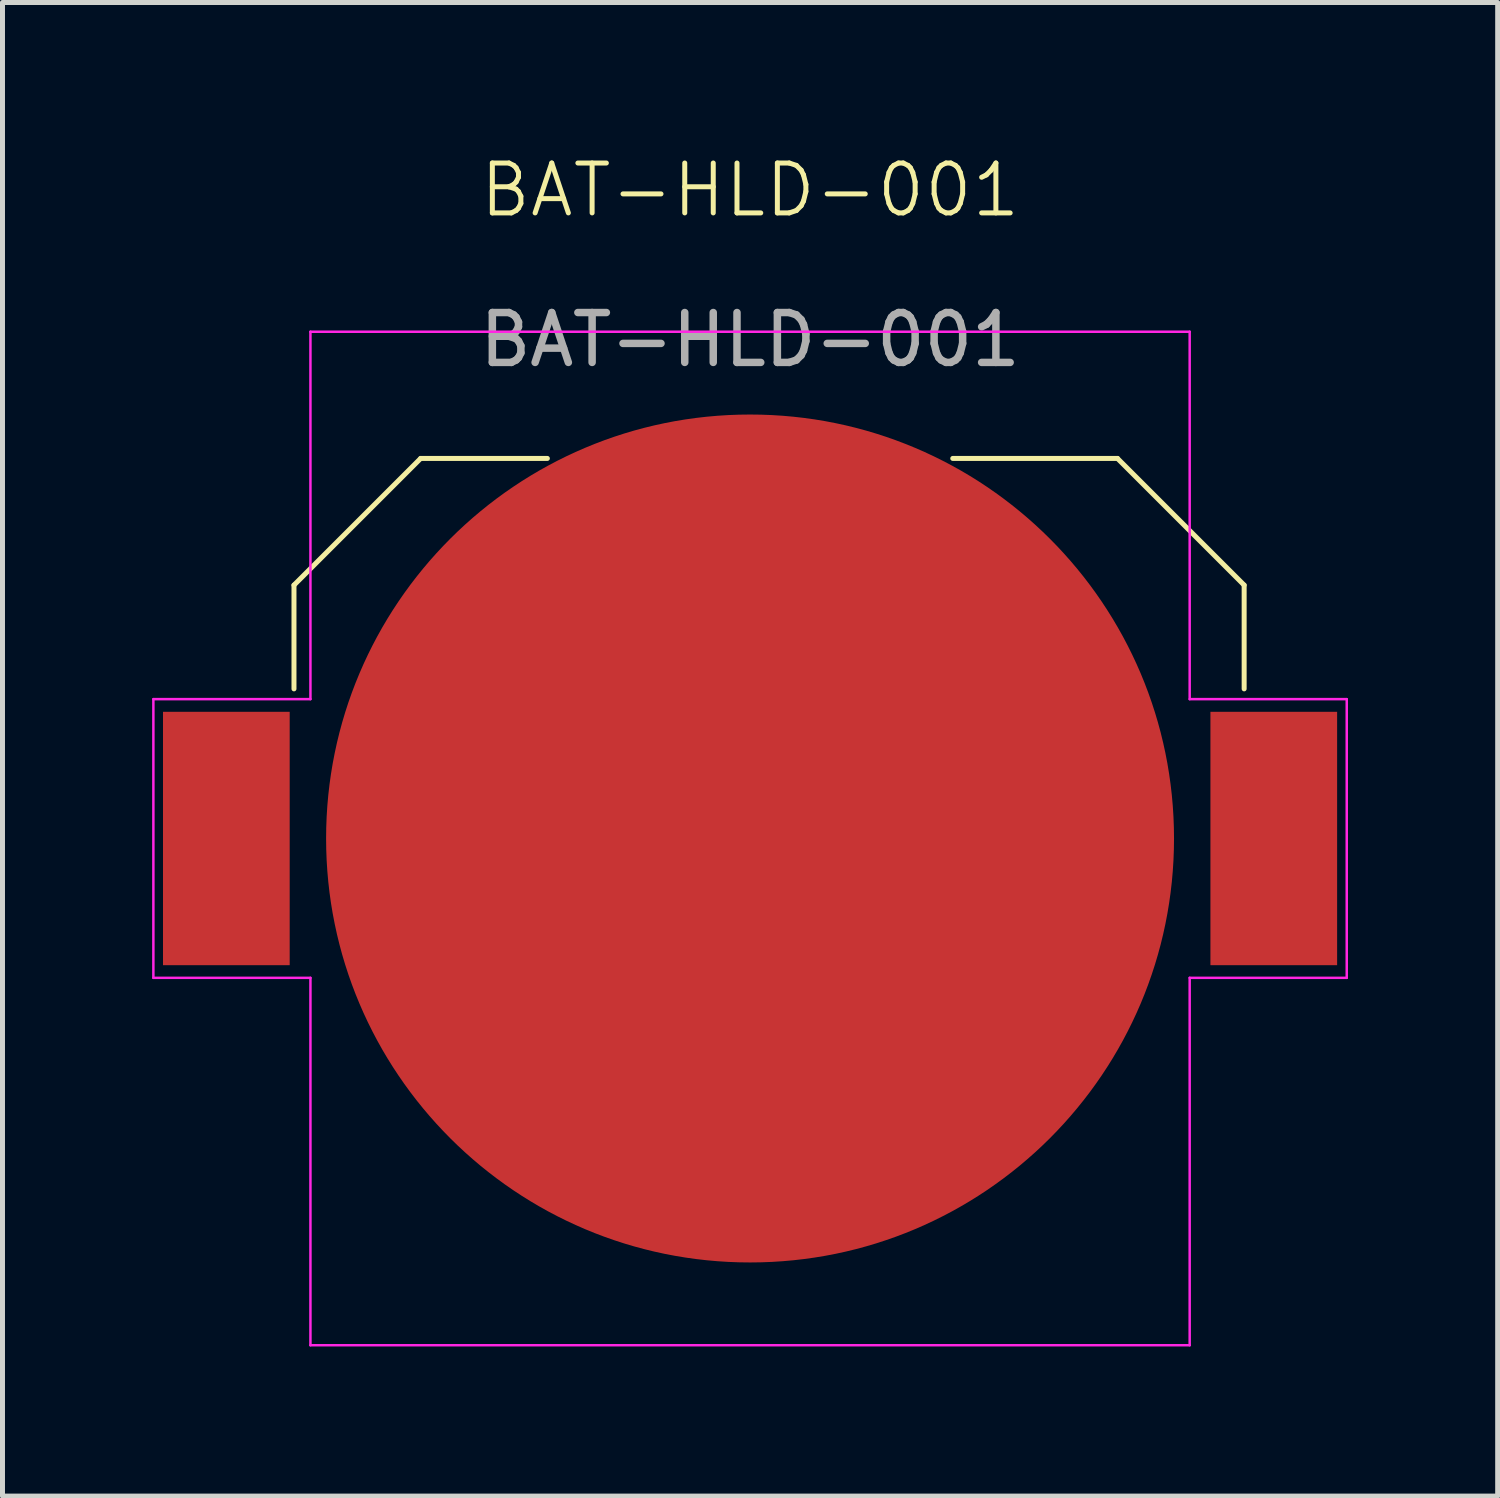
<source format=kicad_pcb>
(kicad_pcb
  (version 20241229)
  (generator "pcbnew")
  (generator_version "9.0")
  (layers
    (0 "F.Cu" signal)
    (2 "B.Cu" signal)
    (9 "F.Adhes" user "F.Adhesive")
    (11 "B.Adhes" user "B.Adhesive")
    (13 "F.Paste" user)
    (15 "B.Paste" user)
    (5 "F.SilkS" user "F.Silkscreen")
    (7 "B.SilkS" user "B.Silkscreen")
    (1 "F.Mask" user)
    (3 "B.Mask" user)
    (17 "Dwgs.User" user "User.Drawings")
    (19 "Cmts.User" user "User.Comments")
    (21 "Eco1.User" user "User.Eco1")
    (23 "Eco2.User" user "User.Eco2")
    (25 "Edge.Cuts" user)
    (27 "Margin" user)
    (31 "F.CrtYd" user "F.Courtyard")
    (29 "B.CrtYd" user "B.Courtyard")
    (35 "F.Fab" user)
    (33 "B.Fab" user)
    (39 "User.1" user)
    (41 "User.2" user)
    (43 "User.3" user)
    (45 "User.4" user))
  (footprint "BAT-HLD-001"
    (layer "F.Cu")
    (at 11.988 13.761)
    (property "Reference" "BAT-HLD-001" (at 0 -13 0) (unlocked yes) (layer "F.SilkS") (effects (font (size 1 1) (thickness 0.1))))
    (attr smd)
    (fp_line (start -9.144 -5.08) (end -6.604 -7.62) (stroke (width 0.1) (type default)) (layer "F.SilkS"))
    (fp_line (start -9.144 -3) (end -9.144 -5.08) (stroke (width 0.1) (type default)) (layer "F.SilkS"))
    (fp_line (start -6.604 -7.62) (end -4.064 -7.62) (stroke (width 0.1) (type default)) (layer "F.SilkS"))
    (fp_line (start 7.366 -7.62) (end 4.064 -7.62) (stroke (width 0.1) (type default)) (layer "F.SilkS"))
    (fp_line (start 9.906 -5.08) (end 7.366 -7.62) (stroke (width 0.1) (type default)) (layer "F.SilkS"))
    (fp_line (start 9.906 -3) (end 9.906 -5.08) (stroke (width 0.1) (type default)) (layer "F.SilkS"))
    (fp_line (start -11.963 -2.794) (end -11.963 2.794) (stroke (width 0.05) (type default)) (layer "F.CrtYd"))
    (fp_line (start -11.963 -2.794) (end -8.814 -2.794) (stroke (width 0.05) (type default)) (layer "F.CrtYd"))
    (fp_line (start -11.963 2.794) (end -8.814 2.794) (stroke (width 0.05) (type default)) (layer "F.CrtYd"))
    (fp_line (start -8.814 -2.794) (end -8.814 -10.16) (stroke (width 0.05) (type default)) (layer "F.CrtYd"))
    (fp_line (start -8.814 2.794) (end -8.814 10.16) (stroke (width 0.05) (type default)) (layer "F.CrtYd"))
    (fp_line (start -8.814 10.16) (end 8.814 10.16) (stroke (width 0.05) (type default)) (layer "F.CrtYd"))
    (fp_line (start 8.814 -10.16) (end -8.814 -10.16) (stroke (width 0.05) (type default)) (layer "F.CrtYd"))
    (fp_line (start 8.814 -2.794) (end 8.814 -10.16) (stroke (width 0.05) (type default)) (layer "F.CrtYd"))
    (fp_line (start 8.814 -2.794) (end 11.963 -2.794) (stroke (width 0.05) (type default)) (layer "F.CrtYd"))
    (fp_line (start 8.814 2.794) (end 8.814 10.16) (stroke (width 0.05) (type default)) (layer "F.CrtYd"))
    (fp_line (start 11.963 -2.794) (end 11.963 2.794) (stroke (width 0.05) (type default)) (layer "F.CrtYd"))
    (fp_line (start 11.963 2.794) (end 8.814 2.794) (stroke (width 0.05) (type default)) (layer "F.CrtYd"))
    (fp_text user "${REFERENCE}" (at 0 -10 0) (unlocked yes) (layer "F.Fab") (effects (font (size 1 1) (thickness 0.15))))
    (pad "1" smd rect (at -10.5 0) (size 2.54 5.08) (layers "F.Cu" "F.Mask" "F.Paste"))
    (pad "1" smd rect (at 10.5 0) (size 2.54 5.08) (layers "F.Cu" "F.Mask" "F.Paste"))
    (pad "2" smd circle (at 0 0) (size 17 17) (layers "F.Cu" "F.Mask" "F.Paste")))
  (gr_rect
    (start -3 -3)
    (end 26.977 26.945)
    (stroke (width 0.1) (type default))
    (fill no)
    (layer "Edge.Cuts")))
</source>
